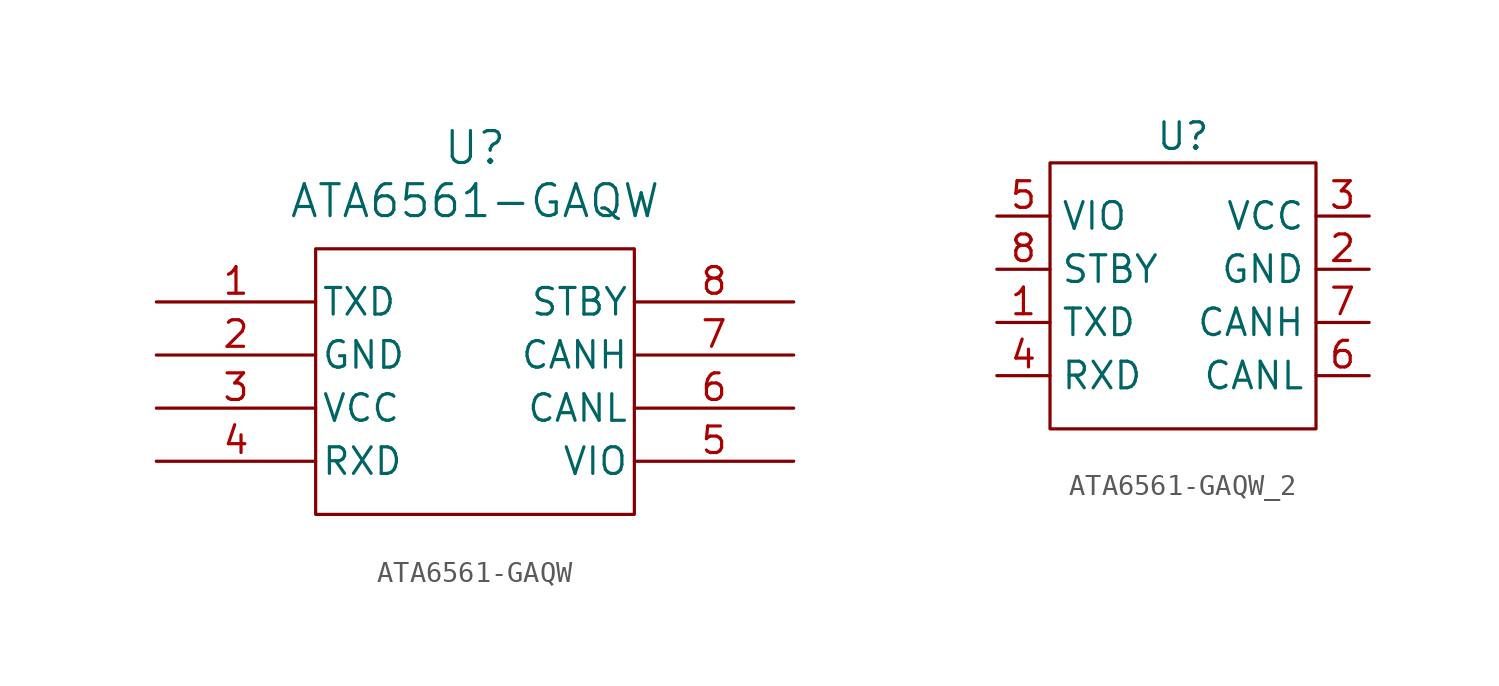
<source format=kicad_sym>
(kicad_symbol_lib
  (version 20231120)
  (generator "kicad_symbol_editor")
  (generator_version "8.0")
  (symbol "ATA6561-GAQW"
    (pin_names
      (offset 0.254))
    (property "Reference" "U"
      (at 0 9.906 0)
      (effects (font (size 1.524 1.524))))
    (property "Value" "ATA6561-GAQW"
      (at 0 7.366 0)
      (effects (font (size 1.524 1.524))))
    (property "ki_locked" ""
      (at 0 0 0)
      (effects (font (size 1.27 1.27))))
    (symbol "ATA6561-GAQW_0_1"
      (pin unspecified line (at -15.24 2.54 0) (length 7.62) (name "TXD" (effects (font (size 1.27 1.27)))) (number "1" (effects (font (size 1.27 1.27)))))
      (pin power_out line (at -15.24 0 0) (length 7.62) (name "GND" (effects (font (size 1.27 1.27)))) (number "2" (effects (font (size 1.27 1.27)))))
      (pin power_in line (at -15.24 -2.54 0) (length 7.62) (name "VCC" (effects (font (size 1.27 1.27)))) (number "3" (effects (font (size 1.27 1.27)))))
      (pin unspecified line (at -15.24 -5.08 0) (length 7.62) (name "RXD" (effects (font (size 1.27 1.27)))) (number "4" (effects (font (size 1.27 1.27)))))
      (pin unspecified line (at 15.24 -5.08 180) (length 7.62) (name "VIO" (effects (font (size 1.27 1.27)))) (number "5" (effects (font (size 1.27 1.27)))))
      (pin unspecified line (at 15.24 -2.54 180) (length 7.62) (name "CANL" (effects (font (size 1.27 1.27)))) (number "6" (effects (font (size 1.27 1.27)))))
      (pin unspecified line (at 15.24 0 180) (length 7.62) (name "CANH" (effects (font (size 1.27 1.27)))) (number "7" (effects (font (size 1.27 1.27)))))
      (pin unspecified line (at 15.24 2.54 180) (length 7.62) (name "STBY" (effects (font (size 1.27 1.27)))) (number "8" (effects (font (size 1.27 1.27))))))
    (symbol "ATA6561-GAQW_1_1"
      (rectangle (start -7.62 5.08) (end 7.62 -7.62) (stroke (width 0) (type default)) (fill (type none)))))
  (symbol "ATA6561-GAQW_2"
    (property "Reference" "U"
      (at 0 7.62 0)
      (effects (font (size 1.27 1.27))))
    (property "Value" ""
      (at -1.27 -6.35 0)
      (effects (font (size 1.27 1.27))))
    (symbol "ATA6561-GAQW_2_0_1"
      (pin unspecified line (at -8.89 -1.27 0) (length 2.54) (name "TXD" (effects (font (size 1.27 1.27)))) (number "1" (effects (font (size 1.27 1.27)))))
      (pin power_out line (at 8.89 1.27 180) (length 2.54) (name "GND" (effects (font (size 1.27 1.27)))) (number "2" (effects (font (size 1.27 1.27)))))
      (pin power_in line (at 8.89 3.81 180) (length 2.54) (name "VCC" (effects (font (size 1.27 1.27)))) (number "3" (effects (font (size 1.27 1.27)))))
      (pin unspecified line (at -8.89 -3.81 0) (length 2.54) (name "RXD" (effects (font (size 1.27 1.27)))) (number "4" (effects (font (size 1.27 1.27)))))
      (pin unspecified line (at -8.89 3.81 0) (length 2.54) (name "VIO" (effects (font (size 1.27 1.27)))) (number "5" (effects (font (size 1.27 1.27)))))
      (pin unspecified line (at 8.89 -3.81 180) (length 2.54) (name "CANL" (effects (font (size 1.27 1.27)))) (number "6" (effects (font (size 1.27 1.27)))))
      (pin unspecified line (at -8.89 1.27 0) (length 2.54) (name "STBY" (effects (font (size 1.27 1.27)))) (number "8" (effects (font (size 1.27 1.27))))))
    (symbol "ATA6561-GAQW_2_1_1"
      (rectangle (start -6.35 6.35) (end 6.35 -6.35) (stroke (width 0) (type default)) (fill (type none)))
      (pin unspecified line (at 8.89 -1.27 180) (length 2.54) (name "CANH" (effects (font (size 1.27 1.27)))) (number "7" (effects (font (size 1.27 1.27))))))))
</source>
